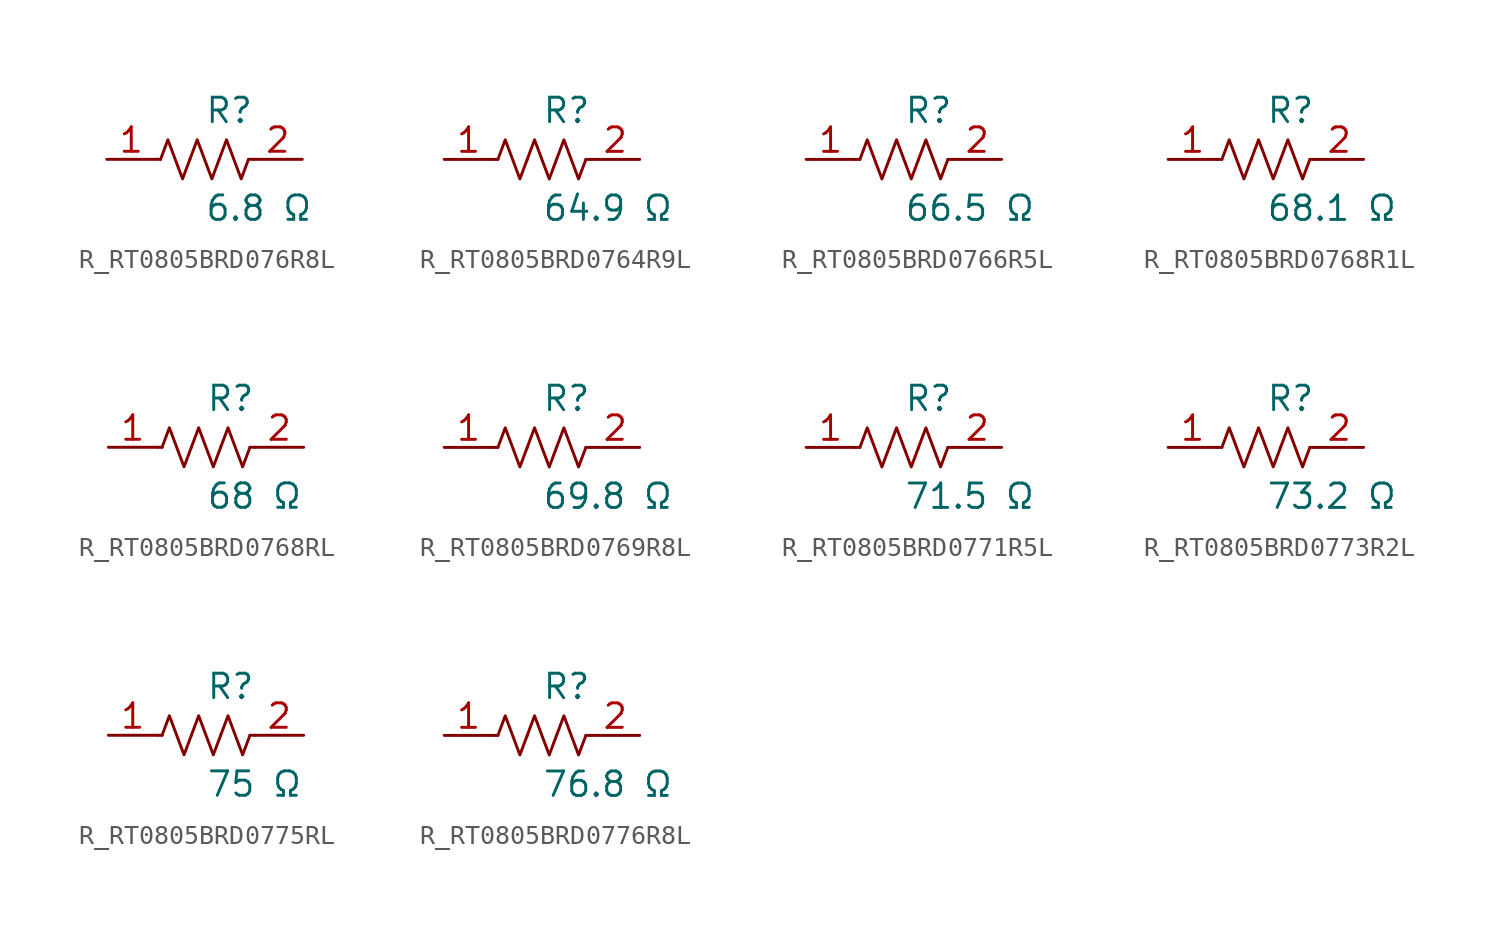
<source format=kicad_sym>
(kicad_symbol_lib
  (version 20231120)
  (generator kicad_symbol_editor)
  (generator_version 8.0)
  (symbol "R_RT0805BRD076R8L"
    (pin_names
      (offset 0.254))
    (property "Reference" "R"
      (at 0.0 2.54 0)
      (effects (font (size 1.27 1.27)) (justify left)))
    (property "Value" "6.8 Ω"
      (at 0.0 -2.54 0)
      (effects (font (size 1.27 1.27)) (justify left)))
    (symbol "R_RT0805BRD076R8L_0_1"
      (polyline (pts (xy 2.286 0) (xy 2.54 0)) (stroke (width 0) (type default)) (fill (type none)))
      (polyline (pts (xy -2.286 0) (xy -2.54 0)) (stroke (width 0) (type default)) (fill (type none)))
      (polyline (pts (xy 0.762 0) (xy 1.143 1.016) (xy 1.524 0) (xy 1.905 -1.016) (xy 2.286 0)) (stroke (width 0) (type default)) (fill (type none)))
      (polyline (pts (xy -0.762 0) (xy -0.381 1.016) (xy 0 0) (xy 0.381 -1.016) (xy 0.762 0)) (stroke (width 0) (type default)) (fill (type none)))
      (polyline (pts (xy -2.286 0) (xy -1.905 1.016) (xy -1.524 0) (xy -1.143 -1.016) (xy -0.762 0)) (stroke (width 0) (type default)) (fill (type none))))
    (pin unspecified line
      (at -5.08 0 0)
      (length 2.54)
      (name "" (effects (font (size 1.27 1.27))))
      (number "1" (effects (font (size 1.27 1.27)))))
    (pin unspecified line
      (at 5.08 0 180)
      (length 2.54)
      (name "" (effects (font (size 1.27 1.27))))
      (number "2" (effects (font (size 1.27 1.27))))))
  (symbol "R_RT0805BRD0764R9L"
    (pin_names
      (offset 0.254))
    (property "Reference" "R"
      (at 0.0 2.54 0)
      (effects (font (size 1.27 1.27)) (justify left)))
    (property "Value" "64.9 Ω"
      (at 0.0 -2.54 0)
      (effects (font (size 1.27 1.27)) (justify left)))
    (symbol "R_RT0805BRD0764R9L_0_1"
      (polyline (pts (xy 2.286 0) (xy 2.54 0)) (stroke (width 0) (type default)) (fill (type none)))
      (polyline (pts (xy -2.286 0) (xy -2.54 0)) (stroke (width 0) (type default)) (fill (type none)))
      (polyline (pts (xy 0.762 0) (xy 1.143 1.016) (xy 1.524 0) (xy 1.905 -1.016) (xy 2.286 0)) (stroke (width 0) (type default)) (fill (type none)))
      (polyline (pts (xy -0.762 0) (xy -0.381 1.016) (xy 0 0) (xy 0.381 -1.016) (xy 0.762 0)) (stroke (width 0) (type default)) (fill (type none)))
      (polyline (pts (xy -2.286 0) (xy -1.905 1.016) (xy -1.524 0) (xy -1.143 -1.016) (xy -0.762 0)) (stroke (width 0) (type default)) (fill (type none))))
    (pin unspecified line
      (at -5.08 0 0)
      (length 2.54)
      (name "" (effects (font (size 1.27 1.27))))
      (number "1" (effects (font (size 1.27 1.27)))))
    (pin unspecified line
      (at 5.08 0 180)
      (length 2.54)
      (name "" (effects (font (size 1.27 1.27))))
      (number "2" (effects (font (size 1.27 1.27))))))
  (symbol "R_RT0805BRD0766R5L"
    (pin_names
      (offset 0.254))
    (property "Reference" "R"
      (at 0.0 2.54 0)
      (effects (font (size 1.27 1.27)) (justify left)))
    (property "Value" "66.5 Ω"
      (at 0.0 -2.54 0)
      (effects (font (size 1.27 1.27)) (justify left)))
    (symbol "R_RT0805BRD0766R5L_0_1"
      (polyline (pts (xy 2.286 0) (xy 2.54 0)) (stroke (width 0) (type default)) (fill (type none)))
      (polyline (pts (xy -2.286 0) (xy -2.54 0)) (stroke (width 0) (type default)) (fill (type none)))
      (polyline (pts (xy 0.762 0) (xy 1.143 1.016) (xy 1.524 0) (xy 1.905 -1.016) (xy 2.286 0)) (stroke (width 0) (type default)) (fill (type none)))
      (polyline (pts (xy -0.762 0) (xy -0.381 1.016) (xy 0 0) (xy 0.381 -1.016) (xy 0.762 0)) (stroke (width 0) (type default)) (fill (type none)))
      (polyline (pts (xy -2.286 0) (xy -1.905 1.016) (xy -1.524 0) (xy -1.143 -1.016) (xy -0.762 0)) (stroke (width 0) (type default)) (fill (type none))))
    (pin unspecified line
      (at -5.08 0 0)
      (length 2.54)
      (name "" (effects (font (size 1.27 1.27))))
      (number "1" (effects (font (size 1.27 1.27)))))
    (pin unspecified line
      (at 5.08 0 180)
      (length 2.54)
      (name "" (effects (font (size 1.27 1.27))))
      (number "2" (effects (font (size 1.27 1.27))))))
  (symbol "R_RT0805BRD0768R1L"
    (pin_names
      (offset 0.254))
    (property "Reference" "R"
      (at 0.0 2.54 0)
      (effects (font (size 1.27 1.27)) (justify left)))
    (property "Value" "68.1 Ω"
      (at 0.0 -2.54 0)
      (effects (font (size 1.27 1.27)) (justify left)))
    (symbol "R_RT0805BRD0768R1L_0_1"
      (polyline (pts (xy 2.286 0) (xy 2.54 0)) (stroke (width 0) (type default)) (fill (type none)))
      (polyline (pts (xy -2.286 0) (xy -2.54 0)) (stroke (width 0) (type default)) (fill (type none)))
      (polyline (pts (xy 0.762 0) (xy 1.143 1.016) (xy 1.524 0) (xy 1.905 -1.016) (xy 2.286 0)) (stroke (width 0) (type default)) (fill (type none)))
      (polyline (pts (xy -0.762 0) (xy -0.381 1.016) (xy 0 0) (xy 0.381 -1.016) (xy 0.762 0)) (stroke (width 0) (type default)) (fill (type none)))
      (polyline (pts (xy -2.286 0) (xy -1.905 1.016) (xy -1.524 0) (xy -1.143 -1.016) (xy -0.762 0)) (stroke (width 0) (type default)) (fill (type none))))
    (pin unspecified line
      (at -5.08 0 0)
      (length 2.54)
      (name "" (effects (font (size 1.27 1.27))))
      (number "1" (effects (font (size 1.27 1.27)))))
    (pin unspecified line
      (at 5.08 0 180)
      (length 2.54)
      (name "" (effects (font (size 1.27 1.27))))
      (number "2" (effects (font (size 1.27 1.27))))))
  (symbol "R_RT0805BRD0768RL"
    (pin_names
      (offset 0.254))
    (property "Reference" "R"
      (at 0.0 2.54 0)
      (effects (font (size 1.27 1.27)) (justify left)))
    (property "Value" "68 Ω"
      (at 0.0 -2.54 0)
      (effects (font (size 1.27 1.27)) (justify left)))
    (symbol "R_RT0805BRD0768RL_0_1"
      (polyline (pts (xy 2.286 0) (xy 2.54 0)) (stroke (width 0) (type default)) (fill (type none)))
      (polyline (pts (xy -2.286 0) (xy -2.54 0)) (stroke (width 0) (type default)) (fill (type none)))
      (polyline (pts (xy 0.762 0) (xy 1.143 1.016) (xy 1.524 0) (xy 1.905 -1.016) (xy 2.286 0)) (stroke (width 0) (type default)) (fill (type none)))
      (polyline (pts (xy -0.762 0) (xy -0.381 1.016) (xy 0 0) (xy 0.381 -1.016) (xy 0.762 0)) (stroke (width 0) (type default)) (fill (type none)))
      (polyline (pts (xy -2.286 0) (xy -1.905 1.016) (xy -1.524 0) (xy -1.143 -1.016) (xy -0.762 0)) (stroke (width 0) (type default)) (fill (type none))))
    (pin unspecified line
      (at -5.08 0 0)
      (length 2.54)
      (name "" (effects (font (size 1.27 1.27))))
      (number "1" (effects (font (size 1.27 1.27)))))
    (pin unspecified line
      (at 5.08 0 180)
      (length 2.54)
      (name "" (effects (font (size 1.27 1.27))))
      (number "2" (effects (font (size 1.27 1.27))))))
  (symbol "R_RT0805BRD0769R8L"
    (pin_names
      (offset 0.254))
    (property "Reference" "R"
      (at 0.0 2.54 0)
      (effects (font (size 1.27 1.27)) (justify left)))
    (property "Value" "69.8 Ω"
      (at 0.0 -2.54 0)
      (effects (font (size 1.27 1.27)) (justify left)))
    (symbol "R_RT0805BRD0769R8L_0_1"
      (polyline (pts (xy 2.286 0) (xy 2.54 0)) (stroke (width 0) (type default)) (fill (type none)))
      (polyline (pts (xy -2.286 0) (xy -2.54 0)) (stroke (width 0) (type default)) (fill (type none)))
      (polyline (pts (xy 0.762 0) (xy 1.143 1.016) (xy 1.524 0) (xy 1.905 -1.016) (xy 2.286 0)) (stroke (width 0) (type default)) (fill (type none)))
      (polyline (pts (xy -0.762 0) (xy -0.381 1.016) (xy 0 0) (xy 0.381 -1.016) (xy 0.762 0)) (stroke (width 0) (type default)) (fill (type none)))
      (polyline (pts (xy -2.286 0) (xy -1.905 1.016) (xy -1.524 0) (xy -1.143 -1.016) (xy -0.762 0)) (stroke (width 0) (type default)) (fill (type none))))
    (pin unspecified line
      (at -5.08 0 0)
      (length 2.54)
      (name "" (effects (font (size 1.27 1.27))))
      (number "1" (effects (font (size 1.27 1.27)))))
    (pin unspecified line
      (at 5.08 0 180)
      (length 2.54)
      (name "" (effects (font (size 1.27 1.27))))
      (number "2" (effects (font (size 1.27 1.27))))))
  (symbol "R_RT0805BRD0771R5L"
    (pin_names
      (offset 0.254))
    (property "Reference" "R"
      (at 0.0 2.54 0)
      (effects (font (size 1.27 1.27)) (justify left)))
    (property "Value" "71.5 Ω"
      (at 0.0 -2.54 0)
      (effects (font (size 1.27 1.27)) (justify left)))
    (symbol "R_RT0805BRD0771R5L_0_1"
      (polyline (pts (xy 2.286 0) (xy 2.54 0)) (stroke (width 0) (type default)) (fill (type none)))
      (polyline (pts (xy -2.286 0) (xy -2.54 0)) (stroke (width 0) (type default)) (fill (type none)))
      (polyline (pts (xy 0.762 0) (xy 1.143 1.016) (xy 1.524 0) (xy 1.905 -1.016) (xy 2.286 0)) (stroke (width 0) (type default)) (fill (type none)))
      (polyline (pts (xy -0.762 0) (xy -0.381 1.016) (xy 0 0) (xy 0.381 -1.016) (xy 0.762 0)) (stroke (width 0) (type default)) (fill (type none)))
      (polyline (pts (xy -2.286 0) (xy -1.905 1.016) (xy -1.524 0) (xy -1.143 -1.016) (xy -0.762 0)) (stroke (width 0) (type default)) (fill (type none))))
    (pin unspecified line
      (at -5.08 0 0)
      (length 2.54)
      (name "" (effects (font (size 1.27 1.27))))
      (number "1" (effects (font (size 1.27 1.27)))))
    (pin unspecified line
      (at 5.08 0 180)
      (length 2.54)
      (name "" (effects (font (size 1.27 1.27))))
      (number "2" (effects (font (size 1.27 1.27))))))
  (symbol "R_RT0805BRD0773R2L"
    (pin_names
      (offset 0.254))
    (property "Reference" "R"
      (at 0.0 2.54 0)
      (effects (font (size 1.27 1.27)) (justify left)))
    (property "Value" "73.2 Ω"
      (at 0.0 -2.54 0)
      (effects (font (size 1.27 1.27)) (justify left)))
    (symbol "R_RT0805BRD0773R2L_0_1"
      (polyline (pts (xy 2.286 0) (xy 2.54 0)) (stroke (width 0) (type default)) (fill (type none)))
      (polyline (pts (xy -2.286 0) (xy -2.54 0)) (stroke (width 0) (type default)) (fill (type none)))
      (polyline (pts (xy 0.762 0) (xy 1.143 1.016) (xy 1.524 0) (xy 1.905 -1.016) (xy 2.286 0)) (stroke (width 0) (type default)) (fill (type none)))
      (polyline (pts (xy -0.762 0) (xy -0.381 1.016) (xy 0 0) (xy 0.381 -1.016) (xy 0.762 0)) (stroke (width 0) (type default)) (fill (type none)))
      (polyline (pts (xy -2.286 0) (xy -1.905 1.016) (xy -1.524 0) (xy -1.143 -1.016) (xy -0.762 0)) (stroke (width 0) (type default)) (fill (type none))))
    (pin unspecified line
      (at -5.08 0 0)
      (length 2.54)
      (name "" (effects (font (size 1.27 1.27))))
      (number "1" (effects (font (size 1.27 1.27)))))
    (pin unspecified line
      (at 5.08 0 180)
      (length 2.54)
      (name "" (effects (font (size 1.27 1.27))))
      (number "2" (effects (font (size 1.27 1.27))))))
  (symbol "R_RT0805BRD0775RL"
    (pin_names
      (offset 0.254))
    (property "Reference" "R"
      (at 0.0 2.54 0)
      (effects (font (size 1.27 1.27)) (justify left)))
    (property "Value" "75 Ω"
      (at 0.0 -2.54 0)
      (effects (font (size 1.27 1.27)) (justify left)))
    (symbol "R_RT0805BRD0775RL_0_1"
      (polyline (pts (xy 2.286 0) (xy 2.54 0)) (stroke (width 0) (type default)) (fill (type none)))
      (polyline (pts (xy -2.286 0) (xy -2.54 0)) (stroke (width 0) (type default)) (fill (type none)))
      (polyline (pts (xy 0.762 0) (xy 1.143 1.016) (xy 1.524 0) (xy 1.905 -1.016) (xy 2.286 0)) (stroke (width 0) (type default)) (fill (type none)))
      (polyline (pts (xy -0.762 0) (xy -0.381 1.016) (xy 0 0) (xy 0.381 -1.016) (xy 0.762 0)) (stroke (width 0) (type default)) (fill (type none)))
      (polyline (pts (xy -2.286 0) (xy -1.905 1.016) (xy -1.524 0) (xy -1.143 -1.016) (xy -0.762 0)) (stroke (width 0) (type default)) (fill (type none))))
    (pin unspecified line
      (at -5.08 0 0)
      (length 2.54)
      (name "" (effects (font (size 1.27 1.27))))
      (number "1" (effects (font (size 1.27 1.27)))))
    (pin unspecified line
      (at 5.08 0 180)
      (length 2.54)
      (name "" (effects (font (size 1.27 1.27))))
      (number "2" (effects (font (size 1.27 1.27))))))
  (symbol "R_RT0805BRD0776R8L"
    (pin_names
      (offset 0.254))
    (property "Reference" "R"
      (at 0.0 2.54 0)
      (effects (font (size 1.27 1.27)) (justify left)))
    (property "Value" "76.8 Ω"
      (at 0.0 -2.54 0)
      (effects (font (size 1.27 1.27)) (justify left)))
    (symbol "R_RT0805BRD0776R8L_0_1"
      (polyline (pts (xy 2.286 0) (xy 2.54 0)) (stroke (width 0) (type default)) (fill (type none)))
      (polyline (pts (xy -2.286 0) (xy -2.54 0)) (stroke (width 0) (type default)) (fill (type none)))
      (polyline (pts (xy 0.762 0) (xy 1.143 1.016) (xy 1.524 0) (xy 1.905 -1.016) (xy 2.286 0)) (stroke (width 0) (type default)) (fill (type none)))
      (polyline (pts (xy -0.762 0) (xy -0.381 1.016) (xy 0 0) (xy 0.381 -1.016) (xy 0.762 0)) (stroke (width 0) (type default)) (fill (type none)))
      (polyline (pts (xy -2.286 0) (xy -1.905 1.016) (xy -1.524 0) (xy -1.143 -1.016) (xy -0.762 0)) (stroke (width 0) (type default)) (fill (type none))))
    (pin unspecified line
      (at -5.08 0 0)
      (length 2.54)
      (name "" (effects (font (size 1.27 1.27))))
      (number "1" (effects (font (size 1.27 1.27)))))
    (pin unspecified line
      (at 5.08 0 180)
      (length 2.54)
      (name "" (effects (font (size 1.27 1.27))))
      (number "2" (effects (font (size 1.27 1.27)))))))
</source>
